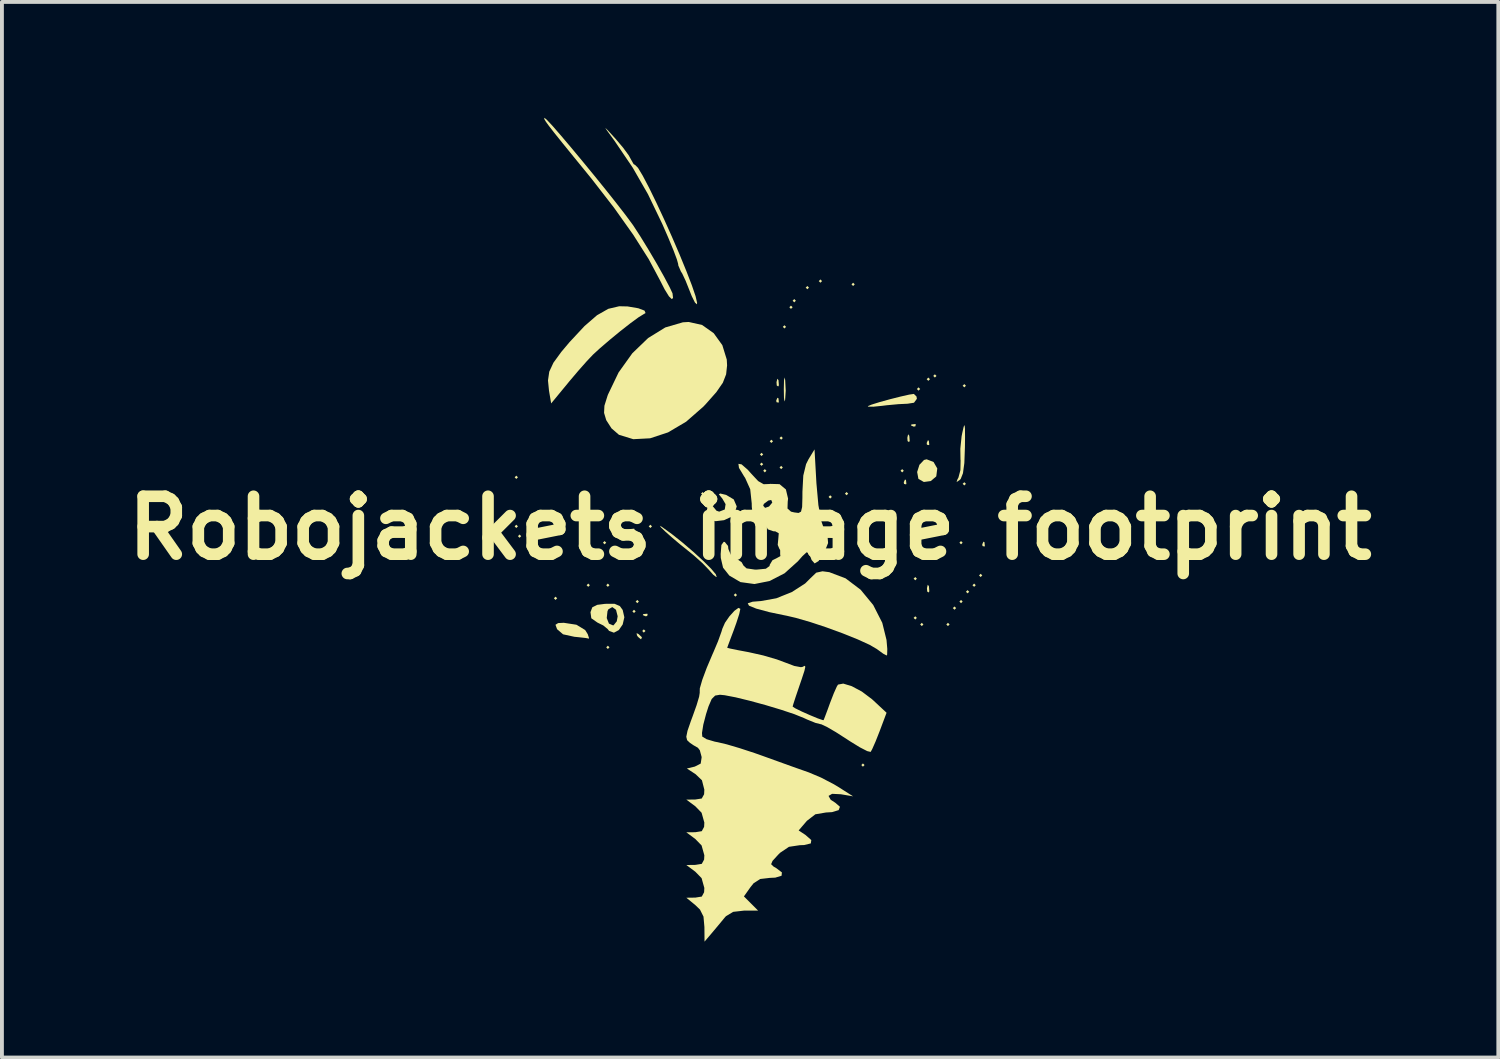
<source format=kicad_pcb>
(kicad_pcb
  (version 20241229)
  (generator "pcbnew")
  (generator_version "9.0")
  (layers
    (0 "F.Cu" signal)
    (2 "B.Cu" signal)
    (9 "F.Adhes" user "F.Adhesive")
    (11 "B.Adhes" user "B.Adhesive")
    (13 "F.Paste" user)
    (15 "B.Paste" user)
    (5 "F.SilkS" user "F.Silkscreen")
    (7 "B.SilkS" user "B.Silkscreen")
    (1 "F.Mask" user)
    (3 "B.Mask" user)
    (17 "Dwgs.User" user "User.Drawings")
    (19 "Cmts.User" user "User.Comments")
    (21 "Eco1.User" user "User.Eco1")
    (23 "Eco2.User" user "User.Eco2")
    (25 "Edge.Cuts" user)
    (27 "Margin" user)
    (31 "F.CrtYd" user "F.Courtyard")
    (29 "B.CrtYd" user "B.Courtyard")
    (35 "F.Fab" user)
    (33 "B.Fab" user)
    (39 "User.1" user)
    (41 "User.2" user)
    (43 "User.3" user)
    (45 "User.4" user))
  (footprint "Robojackets image footprint"
    (layer "F.Cu")
    (at 16.371 10.62)
    (property "Reference" "Robojackets image footprint" (at 0 0 0) (layer "F.SilkS") (effects (font (size 1.5 1.5) (thickness 0.3))))
    (attr board_only exclude_from_pos_files exclude_from_bom)
    (fp_poly (pts (xy -6.011 -1.312) (xy -6.054 -1.27) (xy -6.096 -1.312) (xy -6.054 -1.355)) (stroke (width 0) (type solid)) (fill yes) (layer "F.SilkS"))
    (fp_poly (pts (xy -6.011 -0.042) (xy -6.054 0) (xy -6.096 -0.042) (xy -6.054 -0.085)) (stroke (width 0) (type solid)) (fill yes) (layer "F.SilkS"))
    (fp_poly (pts (xy -5.927 0.212) (xy -5.969 0.254) (xy -6.011 0.212) (xy -5.969 0.169)) (stroke (width 0) (type solid)) (fill yes) (layer "F.SilkS"))
    (fp_poly (pts (xy -4.995 1.82) (xy -5.038 1.863) (xy -5.08 1.82) (xy -5.038 1.778)) (stroke (width 0) (type solid)) (fill yes) (layer "F.SilkS"))
    (fp_poly (pts (xy -4.149 1.482) (xy -4.191 1.524) (xy -4.233 1.482) (xy -4.191 1.439)) (stroke (width 0) (type solid)) (fill yes) (layer "F.SilkS"))
    (fp_poly (pts (xy -3.725 0.381) (xy -3.768 0.423) (xy -3.81 0.381) (xy -3.768 0.339)) (stroke (width 0) (type solid)) (fill yes) (layer "F.SilkS"))
    (fp_poly (pts (xy -3.641 1.482) (xy -3.683 1.524) (xy -3.725 1.482) (xy -3.683 1.439)) (stroke (width 0) (type solid)) (fill yes) (layer "F.SilkS"))
    (fp_poly (pts (xy -3.641 3.09) (xy -3.683 3.133) (xy -3.725 3.09) (xy -3.683 3.048)) (stroke (width 0) (type solid)) (fill yes) (layer "F.SilkS"))
    (fp_poly (pts (xy -2.963 2.159) (xy -3.006 2.201) (xy -3.048 2.159) (xy -3.006 2.117)) (stroke (width 0) (type solid)) (fill yes) (layer "F.SilkS"))
    (fp_poly (pts (xy -2.879 1.905) (xy -2.921 1.947) (xy -2.963 1.905) (xy -2.921 1.863)) (stroke (width 0) (type solid)) (fill yes) (layer "F.SilkS"))
    (fp_poly (pts (xy -2.709 2.667) (xy -2.752 2.709) (xy -2.794 2.667) (xy -2.752 2.625)) (stroke (width 0) (type solid)) (fill yes) (layer "F.SilkS"))
    (fp_poly (pts (xy -2.54 -0.042) (xy -2.582 0) (xy -2.625 -0.042) (xy -2.582 -0.085)) (stroke (width 0) (type solid)) (fill yes) (layer "F.SilkS"))
    (fp_poly (pts (xy -1.185 -0.889) (xy -1.228 -0.847) (xy -1.27 -0.889) (xy -1.228 -0.931)) (stroke (width 0) (type solid)) (fill yes) (layer "F.SilkS"))
    (fp_poly (pts (xy -0.339 1.736) (xy -0.381 1.778) (xy -0.423 1.736) (xy -0.381 1.693)) (stroke (width 0) (type solid)) (fill yes) (layer "F.SilkS"))
    (fp_poly (pts (xy 0.339 -1.905) (xy 0.296 -1.863) (xy 0.254 -1.905) (xy 0.296 -1.947)) (stroke (width 0) (type solid)) (fill yes) (layer "F.SilkS"))
    (fp_poly (pts (xy 0.339 -1.651) (xy 0.296 -1.609) (xy 0.254 -1.651) (xy 0.296 -1.693)) (stroke (width 0) (type solid)) (fill yes) (layer "F.SilkS"))
    (fp_poly (pts (xy 0.423 -1.482) (xy 0.381 -1.439) (xy 0.339 -1.482) (xy 0.381 -1.524)) (stroke (width 0) (type solid)) (fill yes) (layer "F.SilkS"))
    (fp_poly (pts (xy 0.593 -2.244) (xy 0.55 -2.201) (xy 0.508 -2.244) (xy 0.55 -2.286)) (stroke (width 0) (type solid)) (fill yes) (layer "F.SilkS"))
    (fp_poly (pts (xy 0.847 -2.328) (xy 0.804 -2.286) (xy 0.762 -2.328) (xy 0.804 -2.371)) (stroke (width 0) (type solid)) (fill yes) (layer "F.SilkS"))
    (fp_poly (pts (xy 0.847 -1.566) (xy 0.804 -1.524) (xy 0.762 -1.566) (xy 0.804 -1.609)) (stroke (width 0) (type solid)) (fill yes) (layer "F.SilkS"))
    (fp_poly (pts (xy 0.931 -5.207) (xy 0.889 -5.165) (xy 0.847 -5.207) (xy 0.889 -5.249)) (stroke (width 0) (type solid)) (fill yes) (layer "F.SilkS"))
    (fp_poly (pts (xy 1.101 -5.715) (xy 1.058 -5.673) (xy 1.016 -5.715) (xy 1.058 -5.757)) (stroke (width 0) (type solid)) (fill yes) (layer "F.SilkS"))
    (fp_poly (pts (xy 1.185 -5.884) (xy 1.143 -5.842) (xy 1.101 -5.884) (xy 1.143 -5.927)) (stroke (width 0) (type solid)) (fill yes) (layer "F.SilkS"))
    (fp_poly (pts (xy 1.524 -6.223) (xy 1.482 -6.181) (xy 1.439 -6.223) (xy 1.482 -6.265)) (stroke (width 0) (type solid)) (fill yes) (layer "F.SilkS"))
    (fp_poly (pts (xy 1.863 -6.392) (xy 1.82 -6.35) (xy 1.778 -6.392) (xy 1.82 -6.435)) (stroke (width 0) (type solid)) (fill yes) (layer "F.SilkS"))
    (fp_poly (pts (xy 2.117 -0.804) (xy 2.074 -0.762) (xy 2.032 -0.804) (xy 2.074 -0.847)) (stroke (width 0) (type solid)) (fill yes) (layer "F.SilkS"))
    (fp_poly (pts (xy 2.54 -0.889) (xy 2.498 -0.847) (xy 2.455 -0.889) (xy 2.498 -0.931)) (stroke (width 0) (type solid)) (fill yes) (layer "F.SilkS"))
    (fp_poly (pts (xy 2.709 -6.308) (xy 2.667 -6.265) (xy 2.625 -6.308) (xy 2.667 -6.35)) (stroke (width 0) (type solid)) (fill yes) (layer "F.SilkS"))
    (fp_poly (pts (xy 2.963 6.138) (xy 2.921 6.181) (xy 2.879 6.138) (xy 2.921 6.096)) (stroke (width 0) (type solid)) (fill yes) (layer "F.SilkS"))
    (fp_poly (pts (xy 3.979 -1.482) (xy 3.937 -1.439) (xy 3.895 -1.482) (xy 3.937 -1.524)) (stroke (width 0) (type solid)) (fill yes) (layer "F.SilkS"))
    (fp_poly (pts (xy 4.318 1.312) (xy 4.276 1.355) (xy 4.233 1.312) (xy 4.276 1.27)) (stroke (width 0) (type solid)) (fill yes) (layer "F.SilkS"))
    (fp_poly (pts (xy 4.318 2.328) (xy 4.276 2.371) (xy 4.233 2.328) (xy 4.276 2.286)) (stroke (width 0) (type solid)) (fill yes) (layer "F.SilkS"))
    (fp_poly (pts (xy 4.403 -3.598) (xy 4.36 -3.556) (xy 4.318 -3.598) (xy 4.36 -3.641)) (stroke (width 0) (type solid)) (fill yes) (layer "F.SilkS"))
    (fp_poly (pts (xy 4.487 2.498) (xy 4.445 2.54) (xy 4.403 2.498) (xy 4.445 2.455)) (stroke (width 0) (type solid)) (fill yes) (layer "F.SilkS"))
    (fp_poly (pts (xy 4.657 -3.852) (xy 4.614 -3.81) (xy 4.572 -3.852) (xy 4.614 -3.895)) (stroke (width 0) (type solid)) (fill yes) (layer "F.SilkS"))
    (fp_poly (pts (xy 4.826 -3.937) (xy 4.784 -3.895) (xy 4.741 -3.937) (xy 4.784 -3.979)) (stroke (width 0) (type solid)) (fill yes) (layer "F.SilkS"))
    (fp_poly (pts (xy 5.165 2.498) (xy 5.122 2.54) (xy 5.08 2.498) (xy 5.122 2.455)) (stroke (width 0) (type solid)) (fill yes) (layer "F.SilkS"))
    (fp_poly (pts (xy 5.334 2.074) (xy 5.292 2.117) (xy 5.249 2.074) (xy 5.292 2.032)) (stroke (width 0) (type solid)) (fill yes) (layer "F.SilkS"))
    (fp_poly (pts (xy 5.503 0.381) (xy 5.461 0.423) (xy 5.419 0.381) (xy 5.461 0.339)) (stroke (width 0) (type solid)) (fill yes) (layer "F.SilkS"))
    (fp_poly (pts (xy 5.503 1.905) (xy 5.461 1.947) (xy 5.419 1.905) (xy 5.461 1.863)) (stroke (width 0) (type solid)) (fill yes) (layer "F.SilkS"))
    (fp_poly (pts (xy 5.588 -3.683) (xy 5.546 -3.641) (xy 5.503 -3.683) (xy 5.546 -3.725)) (stroke (width 0) (type solid)) (fill yes) (layer "F.SilkS"))
    (fp_poly (pts (xy 5.588 -1.143) (xy 5.546 -1.101) (xy 5.503 -1.143) (xy 5.546 -1.185)) (stroke (width 0) (type solid)) (fill yes) (layer "F.SilkS"))
    (fp_poly (pts (xy 5.673 1.651) (xy 5.63 1.693) (xy 5.588 1.651) (xy 5.63 1.609)) (stroke (width 0) (type solid)) (fill yes) (layer "F.SilkS"))
    (fp_poly (pts (xy 5.842 1.482) (xy 5.8 1.524) (xy 5.757 1.482) (xy 5.8 1.439)) (stroke (width 0) (type solid)) (fill yes) (layer "F.SilkS"))
    (fp_poly (pts (xy 6.011 1.228) (xy 5.969 1.27) (xy 5.927 1.228) (xy 5.969 1.185)) (stroke (width 0) (type solid)) (fill yes) (layer "F.SilkS"))
    (fp_poly (pts (xy -5.024 0.706) (xy -5.035 0.756) (xy -5.08 0.762) (xy -5.15 0.731) (xy -5.136 0.706) (xy -5.036 0.695)) (stroke (width 0) (type solid)) (fill yes) (layer "F.SilkS"))
    (fp_poly (pts (xy -2.992 0.028) (xy -3.003 0.079) (xy -3.048 0.085) (xy -3.118 0.054) (xy -3.104 0.028) (xy -3.004 0.018)) (stroke (width 0) (type solid)) (fill yes) (layer "F.SilkS"))
    (fp_poly (pts (xy -2.653 2.23) (xy -2.665 2.28) (xy -2.709 2.286) (xy -2.779 2.255) (xy -2.766 2.23) (xy -2.665 2.219)) (stroke (width 0) (type solid)) (fill yes) (layer "F.SilkS"))
    (fp_poly (pts (xy 0.734 -3.358) (xy 0.744 -3.258) (xy 0.734 -3.246) (xy 0.683 -3.257) (xy 0.677 -3.302) (xy 0.708 -3.372)) (stroke (width 0) (type solid)) (fill yes) (layer "F.SilkS"))
    (fp_poly (pts (xy 0.735 -3.826) (xy 0.745 -3.694) (xy 0.728 -3.664) (xy 0.69 -3.689) (xy 0.684 -3.775) (xy 0.705 -3.865)) (stroke (width 0) (type solid)) (fill yes) (layer "F.SilkS"))
    (fp_poly (pts (xy 4.036 -1.242) (xy 4.046 -1.141) (xy 4.036 -1.129) (xy 3.985 -1.141) (xy 3.979 -1.185) (xy 4.01 -1.255)) (stroke (width 0) (type solid)) (fill yes) (layer "F.SilkS"))
    (fp_poly (pts (xy 4.122 -2.387) (xy 4.132 -2.254) (xy 4.115 -2.224) (xy 4.077 -2.25) (xy 4.071 -2.335) (xy 4.091 -2.426)) (stroke (width 0) (type solid)) (fill yes) (layer "F.SilkS"))
    (fp_poly (pts (xy 4.29 -2.681) (xy 4.278 -2.631) (xy 4.233 -2.625) (xy 4.164 -2.656) (xy 4.177 -2.681) (xy 4.277 -2.691)) (stroke (width 0) (type solid)) (fill yes) (layer "F.SilkS"))
    (fp_poly (pts (xy 4.29 0.113) (xy 4.3 0.213) (xy 4.29 0.226) (xy 4.239 0.214) (xy 4.233 0.169) (xy 4.264 0.1)) (stroke (width 0) (type solid)) (fill yes) (layer "F.SilkS"))
    (fp_poly (pts (xy 4.628 -2.258) (xy 4.639 -2.157) (xy 4.628 -2.145) (xy 4.578 -2.157) (xy 4.572 -2.201) (xy 4.603 -2.271)) (stroke (width 0) (type solid)) (fill yes) (layer "F.SilkS"))
    (fp_poly (pts (xy 4.63 1.508) (xy 4.64 1.64) (xy 4.623 1.67) (xy 4.585 1.645) (xy 4.579 1.559) (xy 4.599 1.469)) (stroke (width 0) (type solid)) (fill yes) (layer "F.SilkS"))
    (fp_poly (pts (xy 6.068 0.367) (xy 6.078 0.467) (xy 6.068 0.48) (xy 6.017 0.468) (xy 6.011 0.423) (xy 6.042 0.354)) (stroke (width 0) (type solid)) (fill yes) (layer "F.SilkS"))
    (fp_poly (pts (xy -2.892 2.744) (xy -2.801 2.829) (xy -2.82 2.878) (xy -2.831 2.879) (xy -2.903 2.819) (xy -2.929 2.781) (xy -2.939 2.723)) (stroke (width 0) (type solid)) (fill yes) (layer "F.SilkS"))
    (fp_poly (pts (xy 0.908 -3.832) (xy 0.908 -3.83) (xy 0.922 -3.554) (xy 0.907 -3.322) (xy 0.89 -3.275) (xy 0.877 -3.376) (xy 0.873 -3.598) (xy 0.878 -3.816) (xy 0.891 -3.899)) (stroke (width 0) (type solid)) (fill yes) (layer "F.SilkS"))
    (fp_poly (pts (xy 4.75 -1.708) (xy 4.846 -1.541) (xy 4.821 -1.343) (xy 4.815 -1.331) (xy 4.677 -1.215) (xy 4.499 -1.191) (xy 4.361 -1.269) (xy 4.357 -1.275) (xy 4.325 -1.449) (xy 4.384 -1.636) (xy 4.503 -1.761) (xy 4.571 -1.778)) (stroke (width 0) (type solid)) (fill yes) (layer "F.SilkS"))
    (fp_poly (pts (xy -4.497 2.505) (xy -4.271 2.642) (xy -4.204 2.749) (xy -4.17 2.853) (xy -4.172 2.864) (xy -4.26 2.848) (xy -4.458 2.826) (xy -4.55 2.817) (xy -4.843 2.753) (xy -4.997 2.621) (xy -4.998 2.62) (xy -5.039 2.506) (xy -4.97 2.462) (xy -4.823 2.455)) (stroke (width 0) (type solid)) (fill yes) (layer "F.SilkS"))
    (fp_poly (pts (xy 4.309 -3.403) (xy 4.318 -3.344) (xy 4.243 -3.243) (xy 4.076 -3.217) (xy 3.843 -3.206) (xy 3.541 -3.178) (xy 3.42 -3.163) (xy 3.192 -3.14) (xy 3.061 -3.141) (xy 3.048 -3.154) (xy 3.144 -3.194) (xy 3.352 -3.259) (xy 3.62 -3.333) (xy 3.893 -3.402) (xy 4.118 -3.453) (xy 4.24 -3.471)) (stroke (width 0) (type solid)) (fill yes) (layer "F.SilkS"))
    (fp_poly (pts (xy 5.563 -2.583) (xy 5.565 -2.355) (xy 5.562 -2.091) (xy 5.547 -1.682) (xy 5.511 -1.417) (xy 5.453 -1.27) (xy 5.428 -1.244) (xy 5.346 -1.189) (xy 5.367 -1.256) (xy 5.394 -1.305) (xy 5.445 -1.498) (xy 5.45 -1.75) (xy 5.447 -1.771) (xy 5.443 -2.052) (xy 5.476 -2.374) (xy 5.492 -2.455) (xy 5.529 -2.619) (xy 5.552 -2.666)) (stroke (width 0) (type solid)) (fill yes) (layer "F.SilkS"))
    (fp_poly (pts (xy -2.286 -0.03) (xy -2.027 0.157) (xy -1.745 0.382) (xy -1.465 0.622) (xy -1.212 0.853) (xy -1.011 1.053) (xy -0.888 1.199) (xy -0.866 1.268) (xy -0.877 1.27) (xy -0.954 1.211) (xy -1.073 1.077) (xy -1.229 0.915) (xy -1.458 0.71) (xy -1.606 0.59) (xy -1.816 0.421) (xy -2.021 0.248) (xy -2.193 0.095) (xy -2.307 -0.015) (xy -2.337 -0.058)) (stroke (width 0) (type solid)) (fill yes) (layer "F.SilkS"))
    (fp_poly (pts (xy -0.622 -0.857) (xy -0.424 -0.74) (xy -0.346 -0.559) (xy -0.404 -0.369) (xy -0.48 -0.292) (xy -0.674 -0.202) (xy -0.892 -0.176) (xy -1.065 -0.215) (xy -1.122 -0.275) (xy -1.127 -0.436) (xy -1.098 -0.55) (xy -1.043 -0.666) (xy -0.998 -0.627) (xy -0.974 -0.572) (xy -0.87 -0.447) (xy -0.8 -0.423) (xy -0.656 -0.479) (xy -0.635 -0.617) (xy -0.72 -0.762) (xy -0.809 -0.871) (xy -0.775 -0.893)) (stroke (width 0) (type solid)) (fill yes) (layer "F.SilkS"))
    (fp_poly (pts (xy -3.171 -5.736) (xy -2.895 -5.689) (xy -2.734 -5.628) (xy -2.707 -5.565) (xy -2.769 -5.528) (xy -2.888 -5.455) (xy -3.097 -5.302) (xy -3.359 -5.097) (xy -3.634 -4.871) (xy -3.887 -4.654) (xy -4.069 -4.487) (xy -4.229 -4.318) (xy -4.45 -4.068) (xy -4.689 -3.786) (xy -4.718 -3.75) (xy -5.151 -3.225) (xy -5.207 -3.556) (xy -5.233 -3.819) (xy -5.2 -4.047) (xy -5.092 -4.279) (xy -4.889 -4.558) (xy -4.674 -4.813) (xy -4.289 -5.226) (xy -3.964 -5.508) (xy -3.672 -5.674) (xy -3.388 -5.741)) (stroke (width 0) (type solid)) (fill yes) (layer "F.SilkS"))
    (fp_poly (pts (xy -1.243 -5.256) (xy -0.943 -5.044) (xy -0.719 -4.733) (xy -0.604 -4.36) (xy -0.596 -4.209) (xy -0.621 -3.978) (xy -0.706 -3.76) (xy -0.874 -3.517) (xy -1.145 -3.211) (xy -1.209 -3.143) (xy -1.656 -2.752) (xy -2.124 -2.475) (xy -2.589 -2.322) (xy -3.025 -2.299) (xy -3.396 -2.413) (xy -3.588 -2.579) (xy -3.725 -2.792) (xy -3.781 -2.98) (xy -3.772 -3.165) (xy -3.692 -3.421) (xy -3.681 -3.452) (xy -3.405 -4.027) (xy -3.05 -4.523) (xy -2.64 -4.918) (xy -2.196 -5.192) (xy -1.741 -5.325) (xy -1.59 -5.334)) (stroke (width 0) (type solid)) (fill yes) (layer "F.SilkS"))
    (fp_poly (pts (xy -3.372 2.022) (xy -3.299 2.123) (xy -3.256 2.312) (xy -3.299 2.498) (xy -3.399 2.643) (xy -3.526 2.711) (xy -3.652 2.664) (xy -3.686 2.619) (xy -3.802 2.523) (xy -3.951 2.45) (xy -4.11 2.339) (xy -4.112 2.332) (xy -3.712 2.332) (xy -3.655 2.476) (xy -3.548 2.522) (xy -3.535 2.519) (xy -3.452 2.417) (xy -3.429 2.286) (xy -3.472 2.118) (xy -3.568 2.048) (xy -3.667 2.103) (xy -3.692 2.152) (xy -3.712 2.332) (xy -4.112 2.332) (xy -4.133 2.18) (xy -4.086 2.054) (xy -3.958 1.99) (xy -3.752 1.964) (xy -3.509 1.963)) (stroke (width 0) (type solid)) (fill yes) (layer "F.SilkS"))
    (fp_poly (pts (xy 2.05 1.144) (xy 2.472 1.304) (xy 2.861 1.598) (xy 3.187 1.993) (xy 3.422 2.455) (xy 3.532 2.9) (xy 3.552 3.133) (xy 3.548 3.278) (xy 3.537 3.302) (xy 3.447 3.255) (xy 3.29 3.141) (xy 3.282 3.135) (xy 3.094 3.025) (xy 2.785 2.884) (xy 2.397 2.728) (xy 1.973 2.573) (xy 1.554 2.434) (xy 1.183 2.327) (xy 0.981 2.28) (xy 0.497 2.179) (xy 0.159 2.088) (xy -0.029 2.011) (xy -0.061 1.95) (xy 0.065 1.909) (xy 0.286 1.891) (xy 0.679 1.82) (xy 1.082 1.658) (xy 1.425 1.437) (xy 1.568 1.295) (xy 1.712 1.157) (xy 1.875 1.121)) (stroke (width 0) (type solid)) (fill yes) (layer "F.SilkS"))
    (fp_poly (pts (xy -5.263 -10.569) (xy -5.114 -10.409) (xy -4.898 -10.161) (xy -4.633 -9.848) (xy -4.337 -9.492) (xy -4.029 -9.117) (xy -3.729 -8.746) (xy -3.454 -8.399) (xy -3.223 -8.101) (xy -3.055 -7.874) (xy -3.025 -7.832) (xy -2.844 -7.553) (xy -2.634 -7.211) (xy -2.42 -6.848) (xy -2.228 -6.507) (xy -2.081 -6.23) (xy -2.009 -6.075) (xy -1.995 -5.953) (xy -2.029 -5.927) (xy -2.101 -5.997) (xy -2.215 -6.182) (xy -2.333 -6.413) (xy -2.625 -6.96) (xy -3.028 -7.595) (xy -3.524 -8.293) (xy -4.097 -9.032) (xy -4.188 -9.144) (xy -4.572 -9.615) (xy -4.862 -9.972) (xy -5.069 -10.23) (xy -5.207 -10.407) (xy -5.288 -10.519) (xy -5.325 -10.581) (xy -5.33 -10.612) (xy -5.325 -10.62)) (stroke (width 0) (type solid)) (fill yes) (layer "F.SilkS"))
    (fp_poly (pts (xy -3.694 -10.307) (xy -3.533 -10.131) (xy -3.482 -10.075) (xy -3.288 -9.846) (xy -3.142 -9.647) (xy -3.087 -9.546) (xy -3.016 -9.421) (xy -2.976 -9.398) (xy -2.902 -9.324) (xy -2.779 -9.119) (xy -2.617 -8.811) (xy -2.429 -8.426) (xy -2.226 -7.991) (xy -2.021 -7.533) (xy -1.825 -7.078) (xy -1.651 -6.653) (xy -1.509 -6.286) (xy -1.412 -6.002) (xy -1.372 -5.829) (xy -1.378 -5.791) (xy -1.428 -5.837) (xy -1.511 -6.003) (xy -1.571 -6.154) (xy -1.671 -6.404) (xy -1.758 -6.589) (xy -1.792 -6.642) (xy -1.859 -6.797) (xy -1.863 -6.836) (xy -1.896 -6.955) (xy -1.985 -7.192) (xy -2.118 -7.514) (xy -2.274 -7.872) (xy -2.644 -8.641) (xy -3.04 -9.33) (xy -3.512 -10.026) (xy -3.579 -10.118) (xy -3.71 -10.297) (xy -3.751 -10.361)) (stroke (width 0) (type solid)) (fill yes) (layer "F.SilkS"))
    (fp_poly (pts (xy 1.717 -1.159) (xy 1.768 -0.591) (xy 1.846 -0.17) (xy 1.917 0.031) (xy 2.007 0.242) (xy 2.019 0.39) (xy 1.951 0.56) (xy 1.909 0.639) (xy 1.772 0.857) (xy 1.671 0.918) (xy 1.592 0.828) (xy 1.561 0.744) (xy 1.518 0.64) (xy 1.461 0.631) (xy 1.353 0.731) (xy 1.237 0.863) (xy 0.891 1.174) (xy 0.504 1.373) (xy 0.113 1.451) (xy -0.251 1.401) (xy -0.538 1.232) (xy -0.7 1.028) (xy -0.759 0.776) (xy -0.762 0.674) (xy -0.743 0.44) (xy -0.684 0.358) (xy -0.656 0.362) (xy -0.571 0.466) (xy -0.563 0.544) (xy -0.504 0.684) (xy -0.373 0.781) (xy -0.22 0.885) (xy -0.169 0.976) (xy -0.091 1.046) (xy 0.121 1.077) (xy 0.169 1.078) (xy 0.408 1.055) (xy 0.504 0.984) (xy 0.508 0.954) (xy 0.579 0.835) (xy 0.677 0.787) (xy 0.826 0.706) (xy 0.822 0.601) (xy 0.762 0.55) (xy 0.715 0.438) (xy 0.729 0.291) (xy 0.742 0.137) (xy 0.652 0.087) (xy 0.602 0.085) (xy 0.457 0.034) (xy 0.423 -0.042) (xy 0.377 -0.161) (xy 0.339 -0.18) (xy 0.177 -0.199) (xy 0.148 -0.202) (xy 0.076 -0.293) (xy 0.044 -0.539) (xy 0.043 -0.577) (xy 0.339 -0.577) (xy 0.388 -0.521) (xy 0.49 -0.556) (xy 0.571 -0.654) (xy 0.573 -0.662) (xy 0.547 -0.725) (xy 0.473 -0.711) (xy 0.356 -0.624) (xy 0.339 -0.577) (xy 0.043 -0.577) (xy 0.042 -0.636) (xy 0.003 -1.003) (xy -0.129 -1.297) (xy -0.157 -1.338) (xy -0.288 -1.556) (xy -0.303 -1.661) (xy -0.221 -1.647) (xy -0.06 -1.507) (xy 0.027 -1.409) (xy 0.209 -1.214) (xy 0.351 -1.133) (xy 0.503 -1.139) (xy 0.518 -1.142) (xy 0.762 -1.135) (xy 0.927 -0.997) (xy 0.983 -0.76) (xy 0.974 -0.681) (xy 0.968 -0.504) (xy 1.059 -0.423) (xy 1.144 -0.403) (xy 1.255 -0.389) (xy 1.318 -0.423) (xy 1.347 -0.542) (xy 1.354 -0.778) (xy 1.355 -0.941) (xy 1.377 -1.357) (xy 1.449 -1.653) (xy 1.511 -1.777) (xy 1.668 -2.035)) (stroke (width 0) (type solid)) (fill yes) (layer "F.SilkS"))
    (fp_poly (pts (xy -0.255 2.091) (xy -0.254 2.101) (xy -0.282 2.23) (xy -0.356 2.458) (xy -0.423 2.645) (xy -0.515 2.889) (xy -0.577 3.056) (xy -0.593 3.102) (xy -0.516 3.122) (xy -0.316 3.163) (xy -0.034 3.216) (xy -0.021 3.219) (xy 0.34 3.3) (xy 0.693 3.403) (xy 0.913 3.485) (xy 1.144 3.572) (xy 1.315 3.604) (xy 1.357 3.597) (xy 1.412 3.568) (xy 1.43 3.593) (xy 1.406 3.7) (xy 1.334 3.919) (xy 1.27 4.106) (xy 1.181 4.368) (xy 1.12 4.556) (xy 1.101 4.624) (xy 1.169 4.669) (xy 1.338 4.752) (xy 1.55 4.846) (xy 1.75 4.929) (xy 1.881 4.974) (xy 1.903 4.975) (xy 1.937 4.89) (xy 2.01 4.695) (xy 2.07 4.53) (xy 2.166 4.282) (xy 2.245 4.105) (xy 2.276 4.055) (xy 2.412 4.029) (xy 2.632 4.096) (xy 2.894 4.236) (xy 3.153 4.431) (xy 3.19 4.464) (xy 3.533 4.784) (xy 3.352 5.266) (xy 3.248 5.529) (xy 3.162 5.724) (xy 3.121 5.798) (xy 3.032 5.777) (xy 2.842 5.679) (xy 2.585 5.521) (xy 2.498 5.464) (xy 2.219 5.285) (xy 1.987 5.15) (xy 1.844 5.083) (xy 1.825 5.08) (xy 1.691 5.046) (xy 1.476 4.959) (xy 1.392 4.92) (xy 1.147 4.821) (xy 0.802 4.706) (xy 0.403 4.586) (xy -0.004 4.475) (xy -0.373 4.385) (xy -0.659 4.33) (xy -0.781 4.318) (xy -0.904 4.339) (xy -0.994 4.427) (xy -1.077 4.62) (xy -1.14 4.817) (xy -1.212 5.093) (xy -1.246 5.308) (xy -1.238 5.402) (xy -1.127 5.469) (xy -0.915 5.532) (xy -0.836 5.547) (xy -0.604 5.602) (xy -0.269 5.701) (xy 0.116 5.827) (xy 0.328 5.902) (xy 0.722 6.044) (xy 1.102 6.181) (xy 1.411 6.29) (xy 1.524 6.33) (xy 1.834 6.461) (xy 2.168 6.635) (xy 2.286 6.706) (xy 2.667 6.948) (xy 2.349 6.894) (xy 2.123 6.883) (xy 2.031 6.937) (xy 2.086 7.036) (xy 2.204 7.113) (xy 2.326 7.218) (xy 2.293 7.305) (xy 2.12 7.357) (xy 1.966 7.366) (xy 1.689 7.413) (xy 1.472 7.581) (xy 1.457 7.598) (xy 1.257 7.831) (xy 1.433 7.947) (xy 1.584 8.08) (xy 1.572 8.167) (xy 1.398 8.209) (xy 1.286 8.213) (xy 1.006 8.255) (xy 0.776 8.41) (xy 0.727 8.459) (xy 0.581 8.619) (xy 0.544 8.705) (xy 0.608 8.767) (xy 0.669 8.801) (xy 0.823 8.917) (xy 0.815 9.004) (xy 0.651 9.053) (xy 0.514 9.059) (xy 0.261 9.088) (xy 0.091 9.198) (xy 0.01 9.299) (xy -0.16 9.539) (xy 0.023 9.722) (xy 0.207 9.906) (xy -0.151 9.906) (xy -0.439 9.939) (xy -0.625 10.051) (xy -0.657 10.087) (xy -0.821 10.285) (xy -0.992 10.489) (xy -1.18 10.71) (xy -1.183 10.333) (xy -1.207 10.061) (xy -1.298 9.88) (xy -1.418 9.764) (xy -1.651 9.573) (xy -1.418 9.57) (xy -1.251 9.543) (xy -1.191 9.431) (xy -1.185 9.32) (xy -1.256 9.066) (xy -1.418 8.9) (xy -1.651 8.726) (xy -1.418 8.723) (xy -1.251 8.696) (xy -1.191 8.585) (xy -1.185 8.474) (xy -1.256 8.22) (xy -1.418 8.053) (xy -1.651 7.879) (xy -1.418 7.877) (xy -1.251 7.85) (xy -1.191 7.738) (xy -1.185 7.627) (xy -1.256 7.373) (xy -1.418 7.206) (xy -1.651 7.033) (xy -1.418 7.03) (xy -1.252 7.004) (xy -1.191 6.894) (xy -1.185 6.775) (xy -1.247 6.532) (xy -1.411 6.375) (xy -1.637 6.227) (xy -1.432 6.178) (xy -1.279 6.1) (xy -1.255 5.939) (xy -1.257 5.922) (xy -1.302 5.755) (xy -1.351 5.691) (xy -1.466 5.625) (xy -1.56 5.561) (xy -1.631 5.494) (xy -1.652 5.405) (xy -1.621 5.252) (xy -1.533 4.997) (xy -1.487 4.873) (xy -1.385 4.587) (xy -1.32 4.368) (xy -1.303 4.259) (xy -1.305 4.255) (xy -1.302 4.152) (xy -1.238 3.93) (xy -1.123 3.621) (xy -0.969 3.258) (xy -0.947 3.209) (xy -0.831 2.934) (xy -0.741 2.684) (xy -0.719 2.609) (xy -0.65 2.453) (xy -0.535 2.287) (xy -0.408 2.146) (xy -0.303 2.069)) (stroke (width 0) (type solid)) (fill yes) (layer "F.SilkS")))
  (gr_rect
    (start -3 -3)
    (end 35.743 24.33)
    (stroke (width 0.1) (type default))
    (fill no)
    (layer "Edge.Cuts")))
</source>
